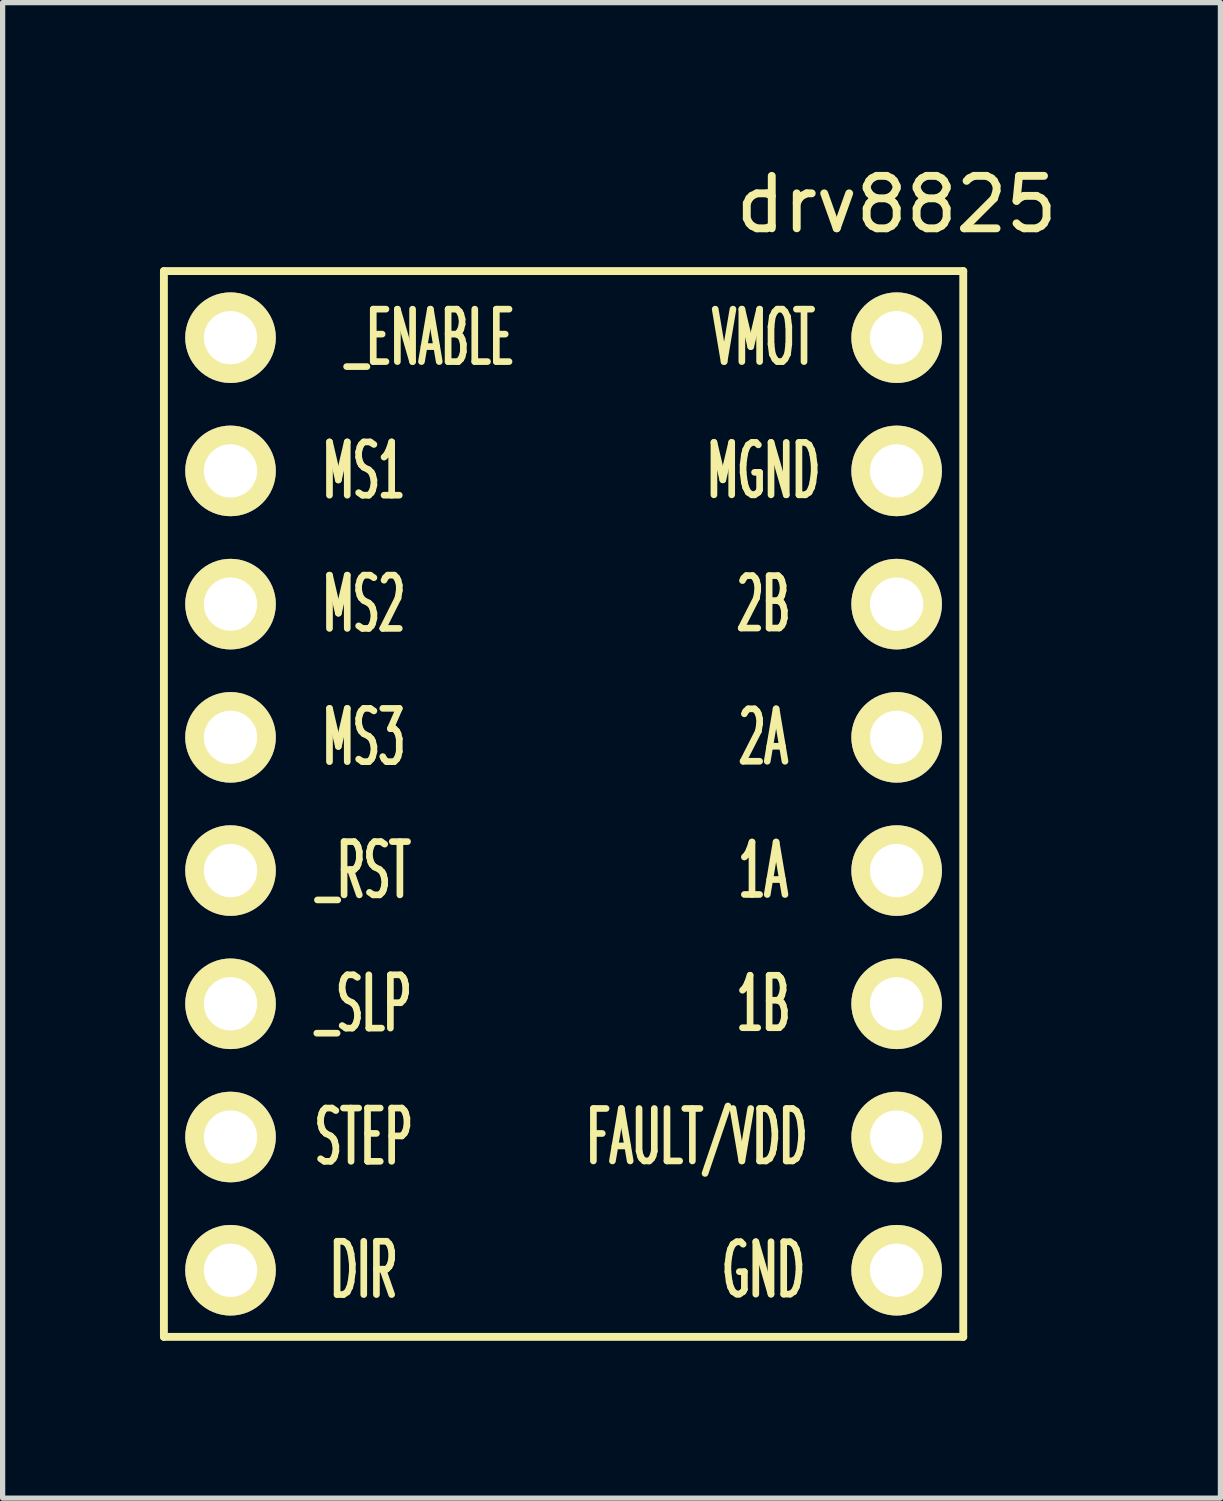
<source format=kicad_pcb>
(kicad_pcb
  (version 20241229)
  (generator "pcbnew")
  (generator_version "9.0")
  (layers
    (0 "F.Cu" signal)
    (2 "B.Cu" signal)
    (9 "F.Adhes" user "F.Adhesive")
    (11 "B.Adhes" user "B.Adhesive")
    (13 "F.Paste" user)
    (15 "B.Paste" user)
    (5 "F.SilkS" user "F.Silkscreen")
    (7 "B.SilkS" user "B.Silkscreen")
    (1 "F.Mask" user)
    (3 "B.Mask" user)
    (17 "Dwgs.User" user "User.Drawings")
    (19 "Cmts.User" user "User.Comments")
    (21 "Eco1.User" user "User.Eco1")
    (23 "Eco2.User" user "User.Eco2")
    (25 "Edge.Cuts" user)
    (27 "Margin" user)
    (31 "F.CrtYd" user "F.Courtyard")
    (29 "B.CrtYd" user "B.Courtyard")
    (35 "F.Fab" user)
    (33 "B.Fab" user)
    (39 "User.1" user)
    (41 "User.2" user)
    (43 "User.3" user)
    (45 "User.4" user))
  (footprint "drv8825"
    (layer "F.Cu")
    (at 7.695 9.738)
    (property "Reference" "drv8825" (at 6.35 -8.89 0) (layer "F.SilkS") (effects (font (size 1 1) (thickness 0.15))))
    (attr through_hole)
    (fp_line (start -7.62 -7.62) (end -7.62 12.7) (stroke (width 0.15) (type solid)) (layer "F.SilkS"))
    (fp_line (start -7.62 12.7) (end 7.62 12.7) (stroke (width 0.15) (type solid)) (layer "F.SilkS"))
    (fp_line (start 7.62 -7.62) (end -7.62 -7.62) (stroke (width 0.15) (type solid)) (layer "F.SilkS"))
    (fp_line (start 7.62 12.7) (end 7.62 -7.62) (stroke (width 0.15) (type solid)) (layer "F.SilkS"))
    (fp_text user "2B" (at 3.81 -1.27 0) (layer "F.SilkS") (effects (font (size 1 0.508) (thickness 0.127))))
    (fp_text user "GND" (at 3.81 11.43 0) (layer "F.SilkS") (effects (font (size 1 0.508) (thickness 0.127))))
    (fp_text user "2A" (at 3.81 1.27 0) (layer "F.SilkS") (effects (font (size 1 0.508) (thickness 0.127))))
    (fp_text user "1B" (at 3.81 6.35 0) (layer "F.SilkS") (effects (font (size 1 0.508) (thickness 0.127))))
    (fp_text user "VMOT" (at 3.81 -6.35 0) (layer "F.SilkS") (effects (font (size 1 0.508) (thickness 0.127))))
    (fp_text user "MGND" (at 3.81 -3.81 0) (layer "F.SilkS") (effects (font (size 1 0.508) (thickness 0.127))))
    (fp_text user "MS1" (at -3.81 -3.81 0) (layer "F.SilkS") (effects (font (size 1.016 0.508) (thickness 0.127))))
    (fp_text user "_SLP" (at -3.81 6.35 0) (layer "F.SilkS") (effects (font (size 1.016 0.508) (thickness 0.127))))
    (fp_text user "MS2" (at -3.81 -1.27 0) (layer "F.SilkS") (effects (font (size 1.016 0.508) (thickness 0.127))))
    (fp_text user "_ENABLE" (at -2.54 -6.35 0) (layer "F.SilkS") (effects (font (size 1 0.508) (thickness 0.127))))
    (fp_text user "MS3" (at -3.81 1.27 0) (layer "F.SilkS") (effects (font (size 1.016 0.508) (thickness 0.127))))
    (fp_text user "1A" (at 3.81 3.81 0) (layer "F.SilkS") (effects (font (size 1 0.508) (thickness 0.127))))
    (fp_text user "STEP" (at -3.81 8.89 0) (layer "F.SilkS") (effects (font (size 1.016 0.508) (thickness 0.127))))
    (fp_text user "FAULT/VDD" (at 2.54 8.89 0) (layer "F.SilkS") (effects (font (size 1 0.508) (thickness 0.127))))
    (fp_text user "DIR" (at -3.81 11.43 0) (layer "F.SilkS") (effects (font (size 1.016 0.508) (thickness 0.127))))
    (fp_text user "_RST" (at -3.81 3.81 0) (layer "F.SilkS") (effects (font (size 1.016 0.508) (thickness 0.127))))
    (pad "1" thru_hole circle (at -6.35 -6.35) (size 1.727 1.727) (drill 1.016) (layers "*.Cu" "*.Mask" "F.SilkS"))
    (pad "2" thru_hole circle (at -6.35 -3.81) (size 1.727 1.727) (drill 1.016) (layers "*.Cu" "*.Mask" "F.SilkS"))
    (pad "3" thru_hole circle (at -6.35 -1.27) (size 1.727 1.727) (drill 1.016) (layers "*.Cu" "*.Mask" "F.SilkS"))
    (pad "4" thru_hole circle (at -6.35 1.27) (size 1.727 1.727) (drill 1.016) (layers "*.Cu" "*.Mask" "F.SilkS"))
    (pad "5" thru_hole circle (at -6.35 3.81) (size 1.727 1.727) (drill 1.016) (layers "*.Cu" "*.Mask" "F.SilkS"))
    (pad "6" thru_hole circle (at -6.35 6.35) (size 1.727 1.727) (drill 1.016) (layers "*.Cu" "*.Mask" "F.SilkS"))
    (pad "7" thru_hole circle (at -6.35 8.89) (size 1.727 1.727) (drill 1.016) (layers "*.Cu" "*.Mask" "F.SilkS"))
    (pad "8" thru_hole circle (at -6.35 11.43) (size 1.727 1.727) (drill 1.016) (layers "*.Cu" "*.Mask" "F.SilkS"))
    (pad "9" thru_hole circle (at 6.35 11.43) (size 1.727 1.727) (drill 1.016) (layers "*.Cu" "*.Mask" "F.SilkS"))
    (pad "10" thru_hole circle (at 6.35 8.89) (size 1.727 1.727) (drill 1.016) (layers "*.Cu" "*.Mask" "F.SilkS"))
    (pad "11" thru_hole circle (at 6.35 6.35) (size 1.727 1.727) (drill 1.016) (layers "*.Cu" "*.Mask" "F.SilkS"))
    (pad "12" thru_hole circle (at 6.35 3.81) (size 1.727 1.727) (drill 1.016) (layers "*.Cu" "*.Mask" "F.SilkS"))
    (pad "13" thru_hole circle (at 6.35 1.27) (size 1.727 1.727) (drill 1.016) (layers "*.Cu" "*.Mask" "F.SilkS"))
    (pad "14" thru_hole circle (at 6.35 -1.27) (size 1.727 1.727) (drill 1.016) (layers "*.Cu" "*.Mask" "F.SilkS"))
    (pad "15" thru_hole circle (at 6.35 -3.81) (size 1.727 1.727) (drill 1.016) (layers "*.Cu" "*.Mask" "F.SilkS"))
    (pad "16" thru_hole circle (at 6.35 -6.35) (size 1.727 1.727) (drill 1.016) (layers "*.Cu" "*.Mask" "F.SilkS")))
  (gr_rect
    (start -3 -3)
    (end 20.218 25.513)
    (stroke (width 0.1) (type default))
    (fill no)
    (layer "Edge.Cuts")))
</source>
